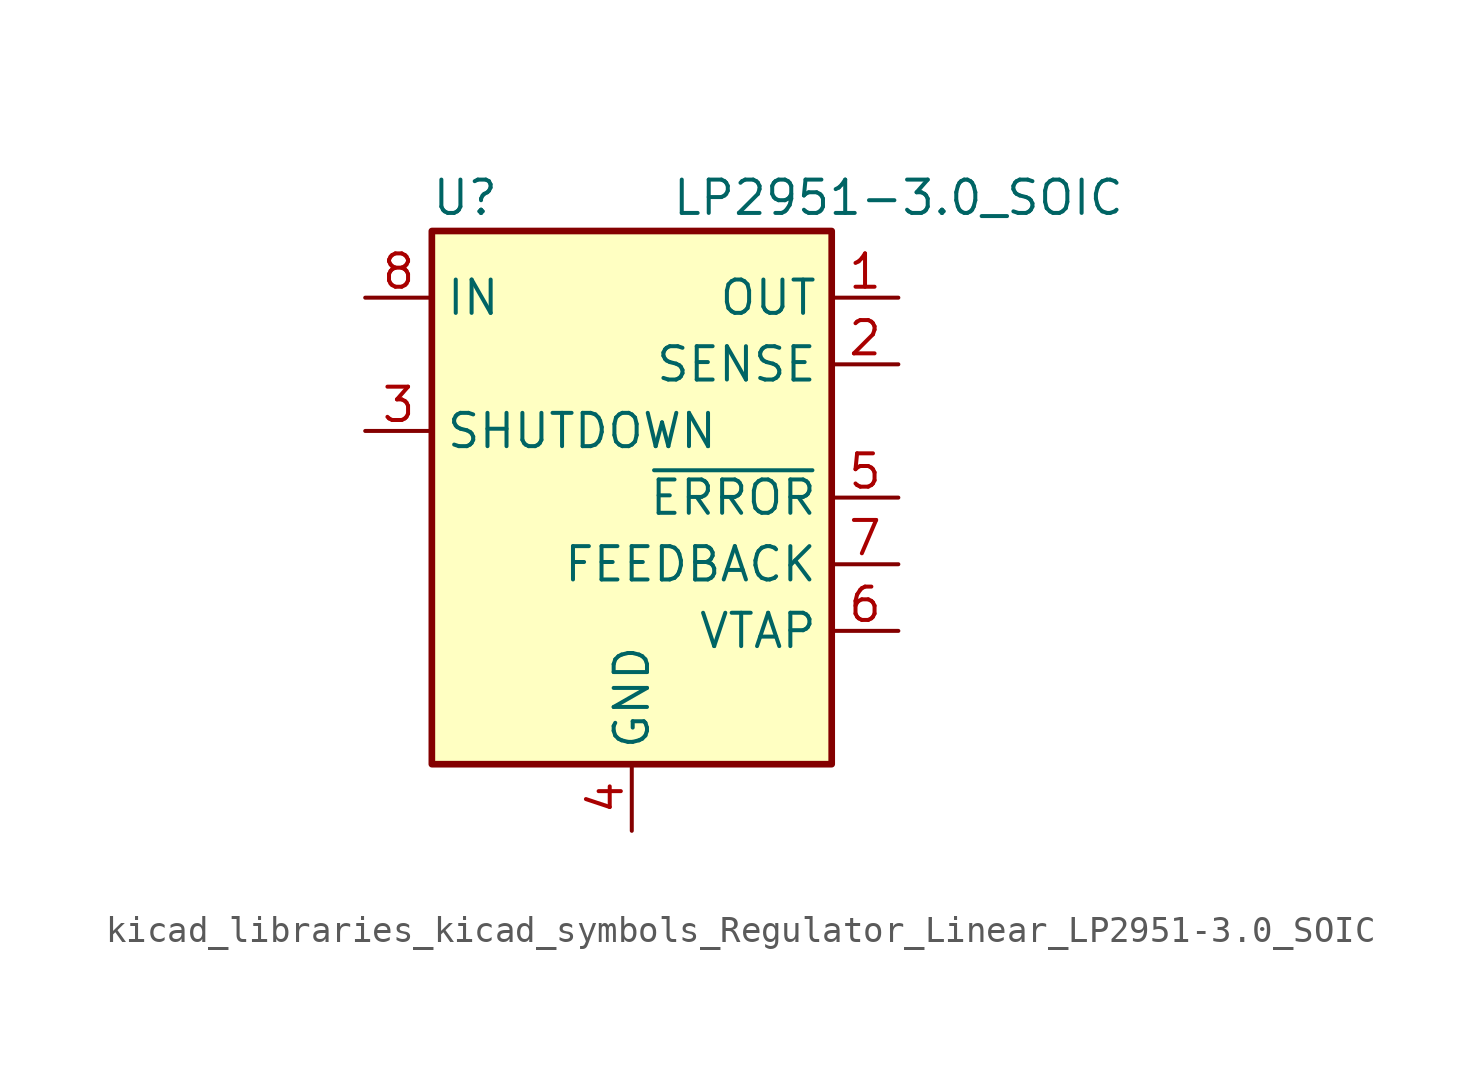
<source format=kicad_sym>
(kicad_symbol_lib
  (version 20220914)
  (generator kicad_symbol_editor)
  (symbol "kicad_libraries_kicad_symbols_Regulator_Linear_LP2951-3.0_SOIC"
    (property "Reference" "U"
      (at -6.35 11.43 0)
      (effects (font (size 1.27 1.27))))
    (property "Value" "LP2951-3.0_SOIC"
      (at 10.16 11.43 0)
      (effects (font (size 1.27 1.27))))
    (symbol "kicad_libraries_kicad_symbols_Regulator_Linear_LP2951-3.0_SOIC_0_1"
      (rectangle (start -7.62 10.16) (end 7.62 -10.16) (stroke (width 0.254) (type default)) (fill (type background))))
    (symbol "kicad_libraries_kicad_symbols_Regulator_Linear_LP2951-3.0_SOIC_1_1"
      (pin power_out line (at 10.16 7.62 180) (length 2.54) (name "OUT" (effects (font (size 1.27 1.27)))) (number "1" (effects (font (size 1.27 1.27)))))
      (pin passive line (at 10.16 5.08 180) (length 2.54) (name "SENSE" (effects (font (size 1.27 1.27)))) (number "2" (effects (font (size 1.27 1.27)))))
      (pin input line (at -10.16 2.54 0) (length 2.54) (name "SHUTDOWN" (effects (font (size 1.27 1.27)))) (number "3" (effects (font (size 1.27 1.27)))))
      (pin power_in line (at 0 -12.7 90) (length 2.54) (name "GND" (effects (font (size 1.27 1.27)))) (number "4" (effects (font (size 1.27 1.27)))))
      (pin open_collector line (at 10.16 0 180) (length 2.54) (name "~{ERROR}" (effects (font (size 1.27 1.27)))) (number "5" (effects (font (size 1.27 1.27)))))
      (pin input line (at 10.16 -5.08 180) (length 2.54) (name "VTAP" (effects (font (size 1.27 1.27)))) (number "6" (effects (font (size 1.27 1.27)))))
      (pin input line (at 10.16 -2.54 180) (length 2.54) (name "FEEDBACK" (effects (font (size 1.27 1.27)))) (number "7" (effects (font (size 1.27 1.27)))))
      (pin power_in line (at -10.16 7.62 0) (length 2.54) (name "IN" (effects (font (size 1.27 1.27)))) (number "8" (effects (font (size 1.27 1.27))))))))
</source>
